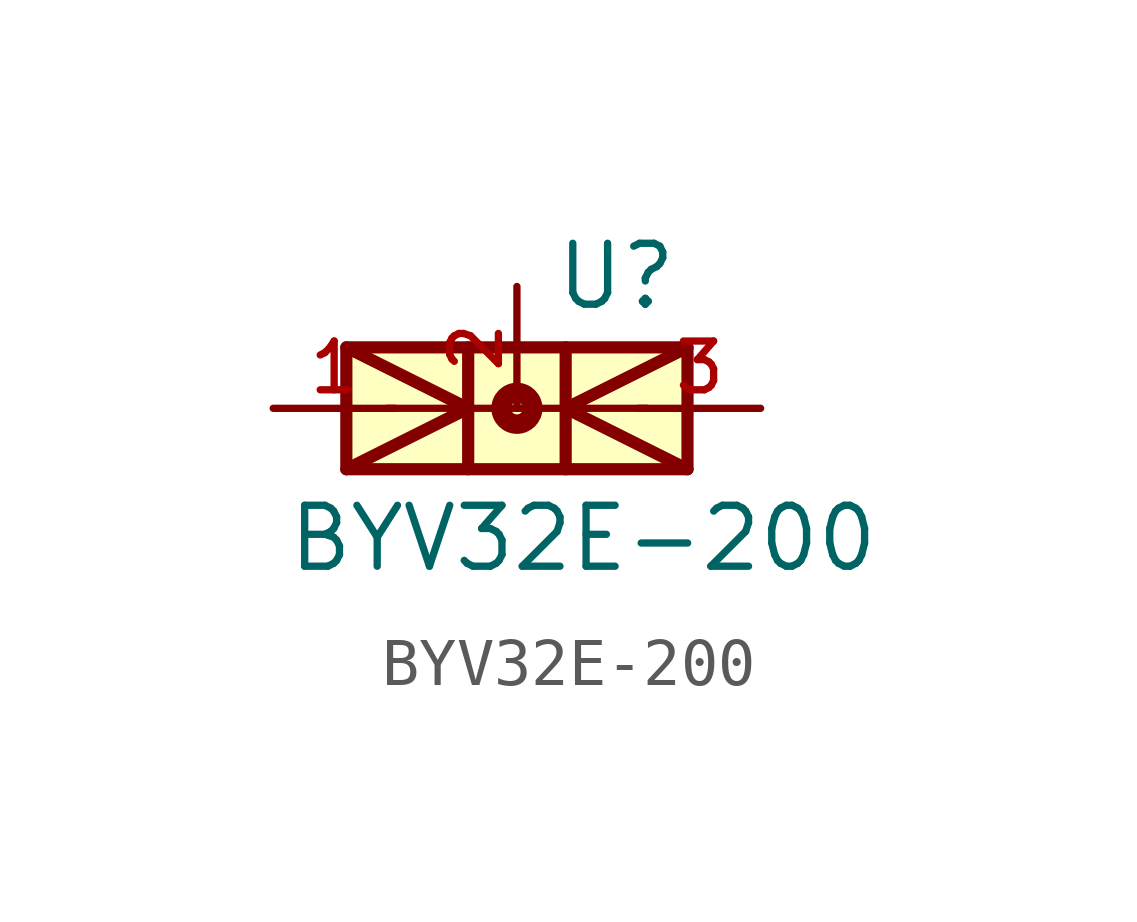
<source format=kicad_sym>
(kicad_symbol_lib
  (version 20211014)
  (generator kicad_symbol_editor)
  (symbol "BYV32E-200"
    (pin_names
      (offset 1.016))
    (property "Reference" "U"
      (at 0.762 2.007 0)
      (effects (font (size 1.27 1.27)) (justify bottom left)))
    (property "Value" "BYV32E-200"
      (at -4.827 -3.455 0)
      (effects (font (size 1.27 1.27)) (justify bottom left)))
    (symbol "BYV32E-200_0_0"
      (polyline (pts (xy -2.71 0.0) (xy -1.016 0.0)) (stroke (width 0.152)))
      (polyline (pts (xy -1.016 0.0) (xy 1.016 0.0)) (stroke (width 0.152)))
      (polyline (pts (xy 1.016 0.0) (xy 2.71 0.0)) (stroke (width 0.152)))
      (polyline (pts (xy -3.556 -1.27) (xy -1.016 0.0)) (stroke (width 0.254)))
      (polyline (pts (xy -1.016 0.0) (xy -3.556 1.27)) (stroke (width 0.254)))
      (polyline (pts (xy -1.016 1.27) (xy -1.016 0.0)) (stroke (width 0.254)))
      (polyline (pts (xy -1.016 0.0) (xy -1.016 -1.27)) (stroke (width 0.254)))
      (polyline (pts (xy 3.556 1.27) (xy 1.016 0.0)) (stroke (width 0.254)))
      (polyline (pts (xy 1.016 0.0) (xy 3.556 -1.27)) (stroke (width 0.254)))
      (polyline (pts (xy 1.016 -1.27) (xy 1.016 0.0)) (stroke (width 0.254)))
      (polyline (pts (xy 1.016 0.0) (xy 1.016 1.27)) (stroke (width 0.254)))
      (circle (center 0.0 0.0) (radius 0.127) (stroke (width 0.406)) (fill (type none)))
      (rectangle (start -3.556 -1.27) (end 3.556 1.27) (stroke (width 0.254)) (fill (type background)))
      (pin passive line (at -5.08 0.0 0) (length 2.54) (name "~" (effects (font (size 1.016 1.016)))) (number "1" (effects (font (size 1.016 1.016)))))
      (pin passive line (at 5.08 0.0 180.0) (length 2.54) (name "~" (effects (font (size 1.016 1.016)))) (number "3" (effects (font (size 1.016 1.016)))))
      (pin passive line (at 0.0 2.54 270.0) (length 2.54) (name "~" (effects (font (size 1.016 1.016)))) (number "2" (effects (font (size 1.016 1.016))))))))
</source>
